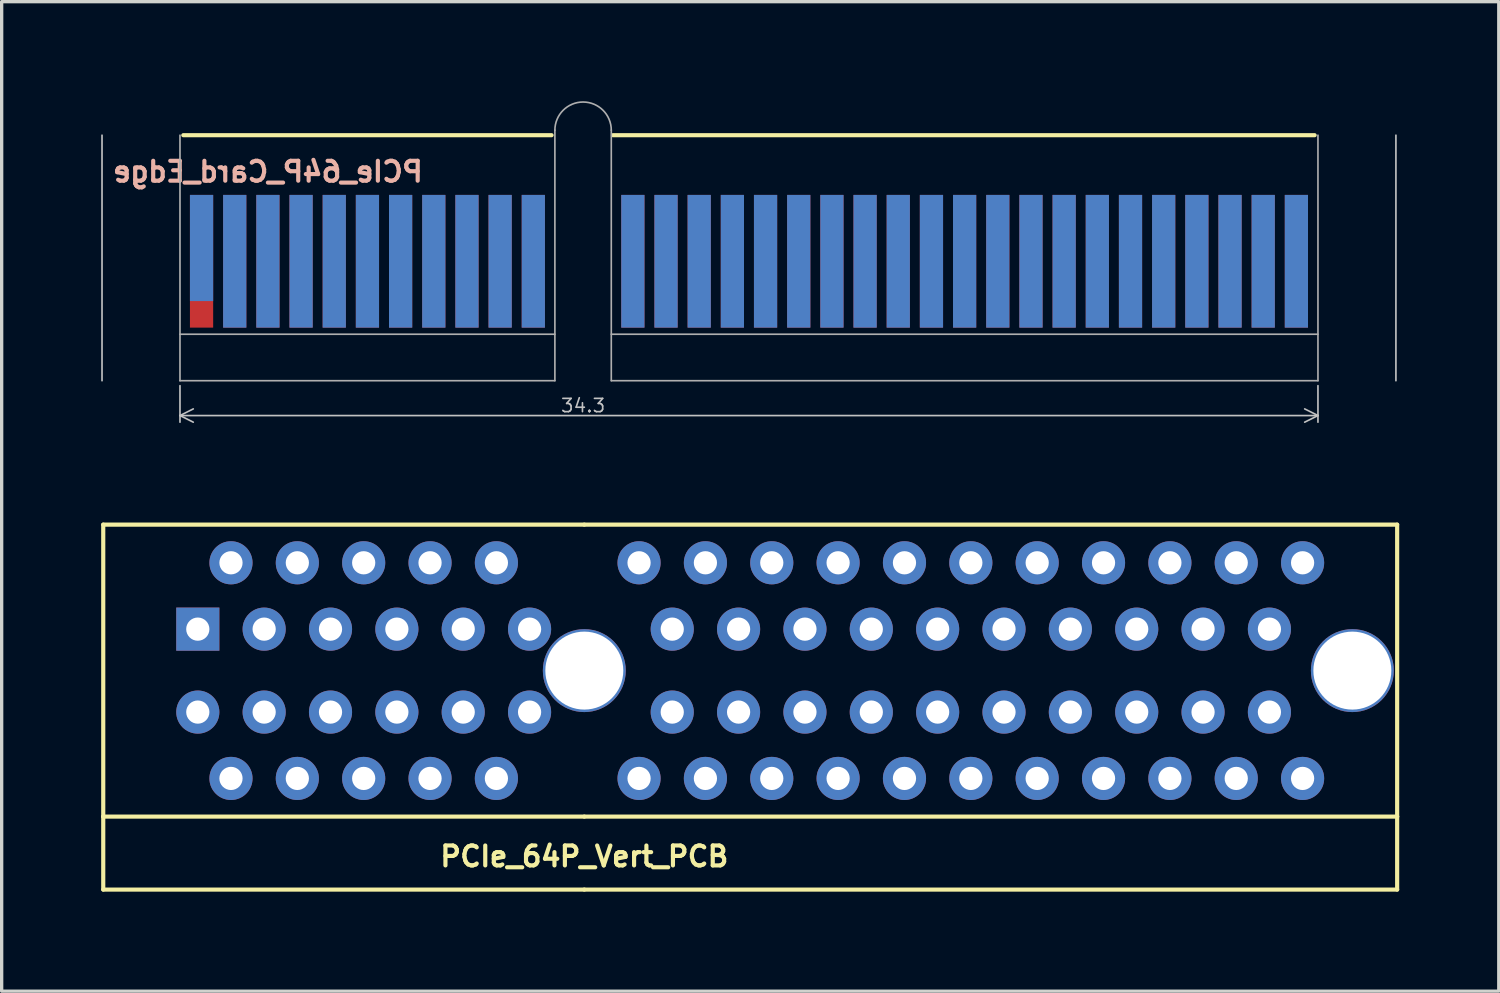
<source format=kicad_pcb>
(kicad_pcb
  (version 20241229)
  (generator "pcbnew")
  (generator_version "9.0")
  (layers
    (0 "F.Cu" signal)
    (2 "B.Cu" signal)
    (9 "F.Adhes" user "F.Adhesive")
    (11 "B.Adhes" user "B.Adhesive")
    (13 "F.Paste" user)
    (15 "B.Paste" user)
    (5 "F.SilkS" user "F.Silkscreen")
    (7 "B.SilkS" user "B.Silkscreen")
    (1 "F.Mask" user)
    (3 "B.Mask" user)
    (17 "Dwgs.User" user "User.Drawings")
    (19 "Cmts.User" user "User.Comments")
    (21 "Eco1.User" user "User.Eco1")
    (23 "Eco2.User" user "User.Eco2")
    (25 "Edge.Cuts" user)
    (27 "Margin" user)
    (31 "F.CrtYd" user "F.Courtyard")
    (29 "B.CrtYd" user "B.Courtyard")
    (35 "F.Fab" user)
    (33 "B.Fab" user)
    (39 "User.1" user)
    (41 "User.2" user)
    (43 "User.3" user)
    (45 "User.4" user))
  (footprint "PCIe_64P_Card_Edge"
    (layer "F.Cu")
    (at 14.525 8.425)
    (property "Reference" "PCIe_64P_Card_Edge" (at -9.5 -6.3 0) (layer "B.SilkS") (effects (font (size 0.6 0.6) (thickness 0.125)) (justify mirror)))
    (attr exclude_from_pos_files exclude_from_bom)
    (fp_line (start -12.05 -7.4) (end -0.95 -7.4) (stroke (width 0.125) (type solid)) (layer "F.SilkS"))
    (fp_line (start 0.9 -7.4) (end 22.05 -7.4) (stroke (width 0.125) (type solid)) (layer "F.SilkS"))
    (fp_line (start -14.5 0) (end -14.5 -7.4) (stroke (width 0.05) (type solid)) (layer "Dwgs.User"))
    (fp_line (start -12.15 0.15) (end -12.15 1.25) (stroke (width 0.05) (type solid)) (layer "Dwgs.User"))
    (fp_line (start -12.15 1.05) (end -11.75 0.85) (stroke (width 0.05) (type solid)) (layer "Dwgs.User"))
    (fp_line (start -12.15 1.05) (end -11.75 1.25) (stroke (width 0.05) (type solid)) (layer "Dwgs.User"))
    (fp_line (start -12.15 1.05) (end 22.15 1.05) (stroke (width 0.05) (type solid)) (layer "Dwgs.User"))
    (fp_line (start 22.15 0.15) (end 22.15 1.25) (stroke (width 0.05) (type solid)) (layer "Dwgs.User"))
    (fp_line (start 22.15 1.05) (end 21.75 0.85) (stroke (width 0.05) (type solid)) (layer "Dwgs.User"))
    (fp_line (start 22.15 1.05) (end 21.75 1.25) (stroke (width 0.05) (type solid)) (layer "Dwgs.User"))
    (fp_line (start 24.5 0) (end 24.5 -7.4) (stroke (width 0.05) (type solid)) (layer "Dwgs.User"))
    (fp_line (start -12.15 -1.4) (end -0.85 -1.4) (stroke (width 0.05) (type solid)) (layer "F.Fab"))
    (fp_line (start -12.15 0) (end -12.15 -7.4) (stroke (width 0.05) (type solid)) (layer "F.Fab"))
    (fp_line (start -0.85 -7.55) (end -0.85 0) (stroke (width 0.05) (type solid)) (layer "F.Fab"))
    (fp_line (start -0.85 0) (end -12.15 0) (stroke (width 0.05) (type solid)) (layer "F.Fab"))
    (fp_line (start 0.85 -7.55) (end 0.85 0) (stroke (width 0.05) (type solid)) (layer "F.Fab"))
    (fp_line (start 0.85 -1.4) (end 22.15 -1.4) (stroke (width 0.05) (type solid)) (layer "F.Fab"))
    (fp_line (start 0.85 0) (end 22.15 0) (stroke (width 0.05) (type solid)) (layer "F.Fab"))
    (fp_line (start 22.15 0) (end 22.15 -7.4) (stroke (width 0.05) (type solid)) (layer "F.Fab"))
    (fp_arc (start -0.85 -7.55) (mid 0 -8.4) (end 0.85 -7.55) (stroke (width 0.05) (type solid)) (layer "F.Fab"))
    (fp_text user "34.3" (at 0 0.75 0) (layer "Dwgs.User") (effects (font (size 0.4 0.4) (thickness 0.05))))
    (pad "A1" connect rect (at -11.5 -4) (size 0.7 3.2) (layers "B.Cu" "B.Mask"))
    (pad "A2" connect rect (at -10.5 -3.6) (size 0.7 4) (layers "B.Cu" "B.Mask"))
    (pad "A3" connect rect (at -9.5 -3.6) (size 0.7 4) (layers "B.Cu" "B.Mask"))
    (pad "A4" connect rect (at -8.5 -3.6) (size 0.7 4) (layers "B.Cu" "B.Mask"))
    (pad "A5" connect rect (at -7.5 -3.6) (size 0.7 4) (layers "B.Cu" "B.Mask"))
    (pad "A6" connect rect (at -6.5 -3.6) (size 0.7 4) (layers "B.Cu" "B.Mask"))
    (pad "A7" connect rect (at -5.5 -3.6) (size 0.7 4) (layers "B.Cu" "B.Mask"))
    (pad "A8" connect rect (at -4.5 -3.6) (size 0.7 4) (layers "B.Cu" "B.Mask"))
    (pad "A9" connect rect (at -3.5 -3.6) (size 0.7 4) (layers "B.Cu" "B.Mask"))
    (pad "A10" connect rect (at -2.5 -3.6) (size 0.7 4) (layers "B.Cu" "B.Mask"))
    (pad "A11" connect rect (at -1.5 -3.6) (size 0.7 4) (layers "B.Cu" "B.Mask"))
    (pad "A12" connect rect (at 1.5 -3.6) (size 0.7 4) (layers "B.Cu" "B.Mask"))
    (pad "A13" connect rect (at 2.5 -3.6) (size 0.7 4) (layers "B.Cu" "B.Mask"))
    (pad "A14" connect rect (at 3.5 -3.6) (size 0.7 4) (layers "B.Cu" "B.Mask"))
    (pad "A15" connect rect (at 4.5 -3.6) (size 0.7 4) (layers "B.Cu" "B.Mask"))
    (pad "A16" connect rect (at 5.5 -3.6) (size 0.7 4) (layers "B.Cu" "B.Mask"))
    (pad "A17" connect rect (at 6.5 -3.6) (size 0.7 4) (layers "B.Cu" "B.Mask"))
    (pad "A18" connect rect (at 7.5 -3.6) (size 0.7 4) (layers "B.Cu" "B.Mask"))
    (pad "A19" connect rect (at 8.5 -3.6) (size 0.7 4) (layers "B.Cu" "B.Mask"))
    (pad "A20" connect rect (at 9.5 -3.6) (size 0.7 4) (layers "B.Cu" "B.Mask"))
    (pad "A21" connect rect (at 10.5 -3.6) (size 0.7 4) (layers "B.Cu" "B.Mask"))
    (pad "A22" connect rect (at 11.5 -3.6) (size 0.7 4) (layers "B.Cu" "B.Mask"))
    (pad "A23" connect rect (at 12.5 -3.6) (size 0.7 4) (layers "B.Cu" "B.Mask"))
    (pad "A24" connect rect (at 13.5 -3.6) (size 0.7 4) (layers "B.Cu" "B.Mask"))
    (pad "A25" connect rect (at 14.5 -3.6) (size 0.7 4) (layers "B.Cu" "B.Mask"))
    (pad "A26" connect rect (at 15.5 -3.6) (size 0.7 4) (layers "B.Cu" "B.Mask"))
    (pad "A27" connect rect (at 16.5 -3.6) (size 0.7 4) (layers "B.Cu" "B.Mask"))
    (pad "A28" connect rect (at 17.5 -3.6) (size 0.7 4) (layers "B.Cu" "B.Mask"))
    (pad "A29" connect rect (at 18.5 -3.6) (size 0.7 4) (layers "B.Cu" "B.Mask"))
    (pad "A30" connect rect (at 19.5 -3.6) (size 0.7 4) (layers "B.Cu" "B.Mask"))
    (pad "A31" connect rect (at 20.5 -3.6) (size 0.7 4) (layers "B.Cu" "B.Mask"))
    (pad "A32" connect rect (at 21.5 -3.6) (size 0.7 4) (layers "B.Cu" "B.Mask"))
    (pad "B1" connect rect (at -11.5 -3.6) (size 0.7 4) (layers "F.Cu" "F.Mask"))
    (pad "B2" connect rect (at -10.5 -3.6) (size 0.7 4) (layers "F.Cu" "F.Mask"))
    (pad "B3" connect rect (at -9.5 -3.6) (size 0.7 4) (layers "F.Cu" "F.Mask"))
    (pad "B4" connect rect (at -8.5 -3.6) (size 0.7 4) (layers "F.Cu" "F.Mask"))
    (pad "B5" connect rect (at -7.5 -3.6) (size 0.7 4) (layers "F.Cu" "F.Mask"))
    (pad "B6" connect rect (at -6.5 -3.6) (size 0.7 4) (layers "F.Cu" "F.Mask"))
    (pad "B7" connect rect (at -5.5 -3.6) (size 0.7 4) (layers "F.Cu" "F.Mask"))
    (pad "B8" connect rect (at -4.5 -3.6) (size 0.7 4) (layers "F.Cu" "F.Mask"))
    (pad "B9" connect rect (at -3.5 -3.6) (size 0.7 4) (layers "F.Cu" "F.Mask"))
    (pad "B10" connect rect (at -2.5 -3.6) (size 0.7 4) (layers "F.Cu" "F.Mask"))
    (pad "B11" connect rect (at -1.5 -3.6) (size 0.7 4) (layers "F.Cu" "F.Mask"))
    (pad "B12" connect rect (at 1.5 -3.6) (size 0.7 4) (layers "F.Cu" "F.Mask"))
    (pad "B13" connect rect (at 2.5 -3.6) (size 0.7 4) (layers "F.Cu" "F.Mask"))
    (pad "B14" connect rect (at 3.5 -3.6) (size 0.7 4) (layers "F.Cu" "F.Mask"))
    (pad "B15" connect rect (at 4.5 -3.6) (size 0.7 4) (layers "F.Cu" "F.Mask"))
    (pad "B16" connect rect (at 5.5 -3.6) (size 0.7 4) (layers "F.Cu" "F.Mask"))
    (pad "B17" connect rect (at 6.5 -3.6) (size 0.7 4) (layers "F.Cu" "F.Mask"))
    (pad "B18" connect rect (at 7.5 -3.6) (size 0.7 4) (layers "F.Cu" "F.Mask"))
    (pad "B19" connect rect (at 8.5 -3.6) (size 0.7 4) (layers "F.Cu" "F.Mask"))
    (pad "B20" connect rect (at 9.5 -3.6) (size 0.7 4) (layers "F.Cu" "F.Mask"))
    (pad "B21" connect rect (at 10.5 -3.6) (size 0.7 4) (layers "F.Cu" "F.Mask"))
    (pad "B22" connect rect (at 11.5 -3.6) (size 0.7 4) (layers "F.Cu" "F.Mask"))
    (pad "B23" connect rect (at 12.5 -3.6) (size 0.7 4) (layers "F.Cu" "F.Mask"))
    (pad "B24" connect rect (at 13.5 -3.6) (size 0.7 4) (layers "F.Cu" "F.Mask"))
    (pad "B25" connect rect (at 14.5 -3.6) (size 0.7 4) (layers "F.Cu" "F.Mask"))
    (pad "B26" connect rect (at 15.5 -3.6) (size 0.7 4) (layers "F.Cu" "F.Mask"))
    (pad "B27" connect rect (at 16.5 -3.6) (size 0.7 4) (layers "F.Cu" "F.Mask"))
    (pad "B28" connect rect (at 17.5 -3.6) (size 0.7 4) (layers "F.Cu" "F.Mask"))
    (pad "B29" connect rect (at 18.5 -3.6) (size 0.7 4) (layers "F.Cu" "F.Mask"))
    (pad "B30" connect rect (at 19.5 -3.6) (size 0.7 4) (layers "F.Cu" "F.Mask"))
    (pad "B31" connect rect (at 20.5 -3.6) (size 0.7 4) (layers "F.Cu" "F.Mask"))
    (pad "B32" connect rect (at 21.5 -3.6) (size 0.7 4) (layers "F.Cu" "F.Mask")))
  (footprint "PCIe_64P_Vert_PCB"
    (layer "F.Cu")
    (at 14.562 17.163)
    (property "Reference" "PCIe_64P_Vert_PCB" (at 0 5.6 0) (layer "F.SilkS") (effects (font (size 0.6 0.6) (thickness 0.125))))
    (attr through_hole)
    (fp_line (start -14.5 -4.4) (end -14.5 4.4) (stroke (width 0.125) (type solid)) (layer "F.SilkS"))
    (fp_line (start -14.5 4.4) (end 0 4.4) (stroke (width 0.125) (type solid)) (layer "F.SilkS"))
    (fp_line (start -14.5 6.6) (end -14.5 4.4) (stroke (width 0.125) (type solid)) (layer "F.SilkS"))
    (fp_line (start -14.5 6.6) (end 0 6.6) (stroke (width 0.125) (type solid)) (layer "F.SilkS"))
    (fp_line (start 0 -4.4) (end -14.5 -4.4) (stroke (width 0.125) (type solid)) (layer "F.SilkS"))
    (fp_line (start 0 -4.4) (end 24.5 -4.4) (stroke (width 0.125) (type solid)) (layer "F.SilkS"))
    (fp_line (start 0 6.6) (end 24.5 6.6) (stroke (width 0.125) (type solid)) (layer "F.SilkS"))
    (fp_line (start 24.5 -4.4) (end 24.5 4.4) (stroke (width 0.125) (type solid)) (layer "F.SilkS"))
    (fp_line (start 24.5 4.4) (end 0 4.4) (stroke (width 0.125) (type solid)) (layer "F.SilkS"))
    (fp_line (start 24.5 4.4) (end 24.5 6.6) (stroke (width 0.125) (type solid)) (layer "F.SilkS"))
    (pad "" np_thru_hole circle (at 0 0) (size 2.5 2.5) (drill 2.35) (layers "*.Cu" "*.Mask"))
    (pad "" np_thru_hole circle (at 23.15 0) (size 2.5 2.5) (drill 2.35) (layers "*.Cu" "*.Mask"))
    (pad "A1" thru_hole rect (at -11.65 -1.25) (size 1.3 1.3) (drill 0.7) (layers "*.Cu" "*.Mask"))
    (pad "A2" thru_hole circle (at -10.65 -3.25) (size 1.3 1.3) (drill 0.7) (layers "*.Cu" "*.Mask"))
    (pad "A3" thru_hole circle (at -9.65 -1.25) (size 1.3 1.3) (drill 0.7) (layers "*.Cu" "*.Mask"))
    (pad "A4" thru_hole circle (at -8.65 -3.25) (size 1.3 1.3) (drill 0.7) (layers "*.Cu" "*.Mask"))
    (pad "A5" thru_hole circle (at -7.65 -1.25) (size 1.3 1.3) (drill 0.7) (layers "*.Cu" "*.Mask"))
    (pad "A6" thru_hole circle (at -6.65 -3.25) (size 1.3 1.3) (drill 0.7) (layers "*.Cu" "*.Mask"))
    (pad "A7" thru_hole circle (at -5.65 -1.25) (size 1.3 1.3) (drill 0.7) (layers "*.Cu" "*.Mask"))
    (pad "A8" thru_hole circle (at -4.65 -3.25) (size 1.3 1.3) (drill 0.7) (layers "*.Cu" "*.Mask"))
    (pad "A9" thru_hole circle (at -3.65 -1.25) (size 1.3 1.3) (drill 0.7) (layers "*.Cu" "*.Mask"))
    (pad "A10" thru_hole circle (at -2.65 -3.25) (size 1.3 1.3) (drill 0.7) (layers "*.Cu" "*.Mask"))
    (pad "A11" thru_hole circle (at -1.65 -1.25) (size 1.3 1.3) (drill 0.7) (layers "*.Cu" "*.Mask"))
    (pad "A12" thru_hole circle (at 1.65 -3.25) (size 1.3 1.3) (drill 0.7) (layers "*.Cu" "*.Mask"))
    (pad "A13" thru_hole circle (at 2.65 -1.25) (size 1.3 1.3) (drill 0.7) (layers "*.Cu" "*.Mask"))
    (pad "A14" thru_hole circle (at 3.65 -3.25) (size 1.3 1.3) (drill 0.7) (layers "*.Cu" "*.Mask"))
    (pad "A15" thru_hole circle (at 4.65 -1.25) (size 1.3 1.3) (drill 0.7) (layers "*.Cu" "*.Mask"))
    (pad "A16" thru_hole circle (at 5.65 -3.25) (size 1.3 1.3) (drill 0.7) (layers "*.Cu" "*.Mask"))
    (pad "A17" thru_hole circle (at 6.65 -1.25) (size 1.3 1.3) (drill 0.7) (layers "*.Cu" "*.Mask"))
    (pad "A18" thru_hole circle (at 7.65 -3.25) (size 1.3 1.3) (drill 0.7) (layers "*.Cu" "*.Mask"))
    (pad "A19" thru_hole circle (at 8.65 -1.25) (size 1.3 1.3) (drill 0.7) (layers "*.Cu" "*.Mask"))
    (pad "A20" thru_hole circle (at 9.65 -3.25) (size 1.3 1.3) (drill 0.7) (layers "*.Cu" "*.Mask"))
    (pad "A21" thru_hole circle (at 10.65 -1.25) (size 1.3 1.3) (drill 0.7) (layers "*.Cu" "*.Mask"))
    (pad "A22" thru_hole circle (at 11.65 -3.25) (size 1.3 1.3) (drill 0.7) (layers "*.Cu" "*.Mask"))
    (pad "A23" thru_hole circle (at 12.65 -1.25) (size 1.3 1.3) (drill 0.7) (layers "*.Cu" "*.Mask"))
    (pad "A24" thru_hole circle (at 13.65 -3.25) (size 1.3 1.3) (drill 0.7) (layers "*.Cu" "*.Mask"))
    (pad "A25" thru_hole circle (at 14.65 -1.25) (size 1.3 1.3) (drill 0.7) (layers "*.Cu" "*.Mask"))
    (pad "A26" thru_hole circle (at 15.65 -3.25) (size 1.3 1.3) (drill 0.7) (layers "*.Cu" "*.Mask"))
    (pad "A27" thru_hole circle (at 16.65 -1.25) (size 1.3 1.3) (drill 0.7) (layers "*.Cu" "*.Mask"))
    (pad "A28" thru_hole circle (at 17.65 -3.25) (size 1.3 1.3) (drill 0.7) (layers "*.Cu" "*.Mask"))
    (pad "A29" thru_hole circle (at 18.65 -1.25) (size 1.3 1.3) (drill 0.7) (layers "*.Cu" "*.Mask"))
    (pad "A30" thru_hole circle (at 19.65 -3.25) (size 1.3 1.3) (drill 0.7) (layers "*.Cu" "*.Mask"))
    (pad "A31" thru_hole circle (at 20.65 -1.25) (size 1.3 1.3) (drill 0.7) (layers "*.Cu" "*.Mask"))
    (pad "A32" thru_hole circle (at 21.65 -3.25) (size 1.3 1.3) (drill 0.7) (layers "*.Cu" "*.Mask"))
    (pad "B1" thru_hole circle (at -11.65 1.25) (size 1.3 1.3) (drill 0.7) (layers "*.Cu" "*.Mask"))
    (pad "B2" thru_hole circle (at -10.65 3.25) (size 1.3 1.3) (drill 0.7) (layers "*.Cu" "*.Mask"))
    (pad "B3" thru_hole circle (at -9.65 1.25) (size 1.3 1.3) (drill 0.7) (layers "*.Cu" "*.Mask"))
    (pad "B4" thru_hole circle (at -8.65 3.25) (size 1.3 1.3) (drill 0.7) (layers "*.Cu" "*.Mask"))
    (pad "B5" thru_hole circle (at -7.65 1.25) (size 1.3 1.3) (drill 0.7) (layers "*.Cu" "*.Mask"))
    (pad "B6" thru_hole circle (at -6.65 3.25) (size 1.3 1.3) (drill 0.7) (layers "*.Cu" "*.Mask"))
    (pad "B7" thru_hole circle (at -5.65 1.25) (size 1.3 1.3) (drill 0.7) (layers "*.Cu" "*.Mask"))
    (pad "B8" thru_hole circle (at -4.65 3.25) (size 1.3 1.3) (drill 0.7) (layers "*.Cu" "*.Mask"))
    (pad "B9" thru_hole circle (at -3.65 1.25) (size 1.3 1.3) (drill 0.7) (layers "*.Cu" "*.Mask"))
    (pad "B10" thru_hole circle (at -2.65 3.25) (size 1.3 1.3) (drill 0.7) (layers "*.Cu" "*.Mask"))
    (pad "B11" thru_hole circle (at -1.65 1.25) (size 1.3 1.3) (drill 0.7) (layers "*.Cu" "*.Mask"))
    (pad "B12" thru_hole circle (at 1.65 3.25) (size 1.3 1.3) (drill 0.7) (layers "*.Cu" "*.Mask"))
    (pad "B13" thru_hole circle (at 2.65 1.25) (size 1.3 1.3) (drill 0.7) (layers "*.Cu" "*.Mask"))
    (pad "B14" thru_hole circle (at 3.65 3.25) (size 1.3 1.3) (drill 0.7) (layers "*.Cu" "*.Mask"))
    (pad "B15" thru_hole circle (at 4.65 1.25) (size 1.3 1.3) (drill 0.7) (layers "*.Cu" "*.Mask"))
    (pad "B16" thru_hole circle (at 5.65 3.25) (size 1.3 1.3) (drill 0.7) (layers "*.Cu" "*.Mask"))
    (pad "B17" thru_hole circle (at 6.65 1.25) (size 1.3 1.3) (drill 0.7) (layers "*.Cu" "*.Mask"))
    (pad "B18" thru_hole circle (at 7.65 3.25) (size 1.3 1.3) (drill 0.7) (layers "*.Cu" "*.Mask"))
    (pad "B19" thru_hole circle (at 8.65 1.25) (size 1.3 1.3) (drill 0.7) (layers "*.Cu" "*.Mask"))
    (pad "B20" thru_hole circle (at 9.65 3.25) (size 1.3 1.3) (drill 0.7) (layers "*.Cu" "*.Mask"))
    (pad "B21" thru_hole circle (at 10.65 1.25) (size 1.3 1.3) (drill 0.7) (layers "*.Cu" "*.Mask"))
    (pad "B22" thru_hole circle (at 11.65 3.25) (size 1.3 1.3) (drill 0.7) (layers "*.Cu" "*.Mask"))
    (pad "B23" thru_hole circle (at 12.65 1.25) (size 1.3 1.3) (drill 0.7) (layers "*.Cu" "*.Mask"))
    (pad "B24" thru_hole circle (at 13.65 3.25) (size 1.3 1.3) (drill 0.7) (layers "*.Cu" "*.Mask"))
    (pad "B25" thru_hole circle (at 14.65 1.25) (size 1.3 1.3) (drill 0.7) (layers "*.Cu" "*.Mask"))
    (pad "B26" thru_hole circle (at 15.65 3.25) (size 1.3 1.3) (drill 0.7) (layers "*.Cu" "*.Mask"))
    (pad "B27" thru_hole circle (at 16.65 1.25) (size 1.3 1.3) (drill 0.7) (layers "*.Cu" "*.Mask"))
    (pad "B28" thru_hole circle (at 17.65 3.25) (size 1.3 1.3) (drill 0.7) (layers "*.Cu" "*.Mask"))
    (pad "B29" thru_hole circle (at 18.65 1.25) (size 1.3 1.3) (drill 0.7) (layers "*.Cu" "*.Mask"))
    (pad "B30" thru_hole circle (at 19.65 3.25) (size 1.3 1.3) (drill 0.7) (layers "*.Cu" "*.Mask"))
    (pad "B31" thru_hole circle (at 20.65 1.25) (size 1.3 1.3) (drill 0.7) (layers "*.Cu" "*.Mask"))
    (pad "B32" thru_hole circle (at 21.65 3.25) (size 1.3 1.3) (drill 0.7) (layers "*.Cu" "*.Mask")))
  (gr_rect
    (start -3 -3)
    (end 42.125 26.825)
    (stroke (width 0.1) (type default))
    (fill no)
    (layer "Edge.Cuts")))
</source>
